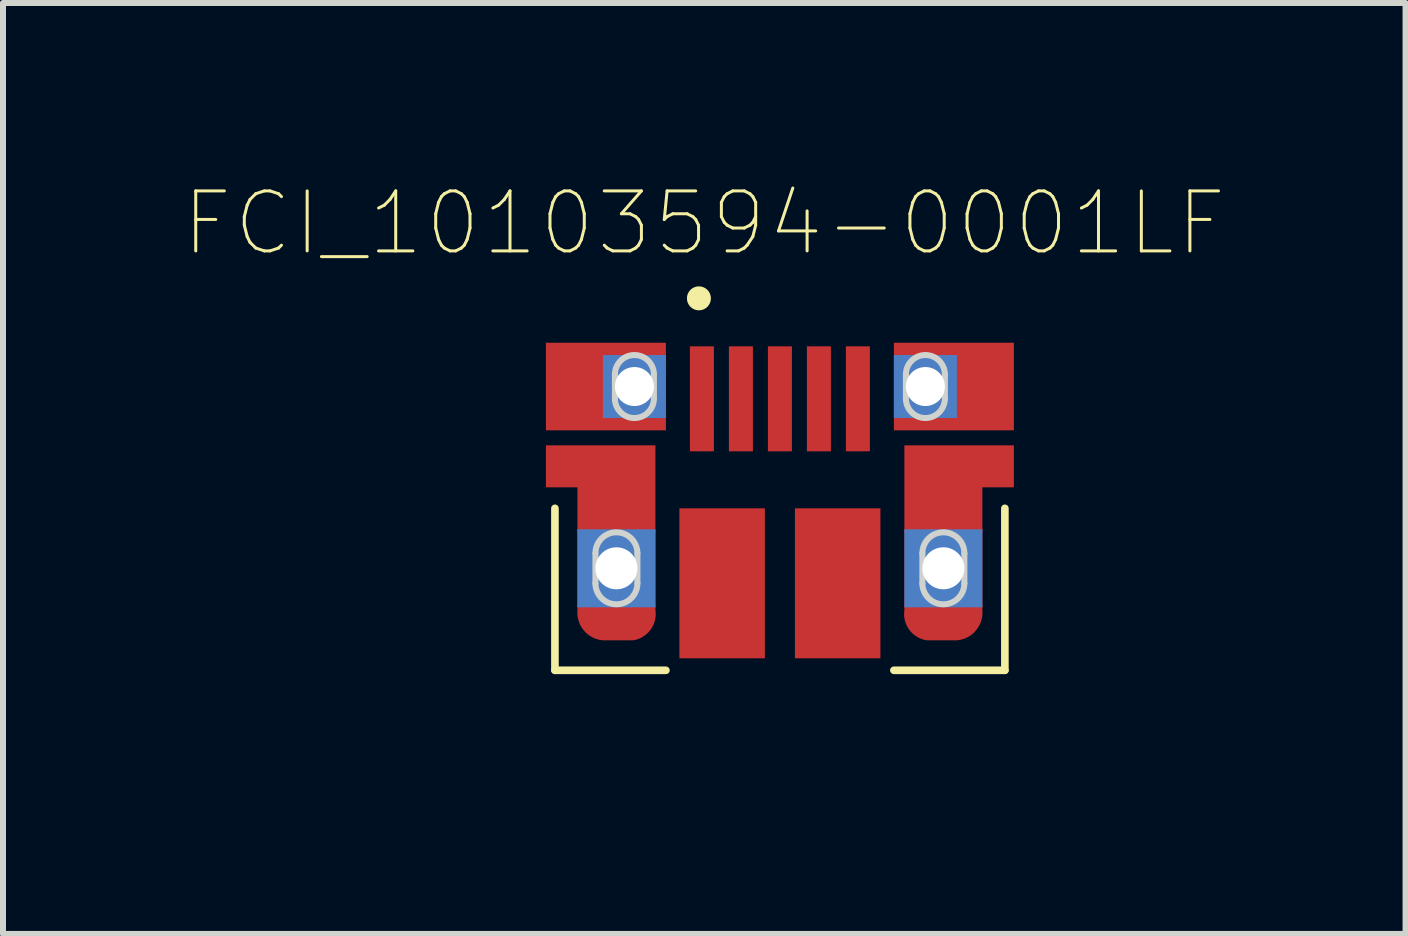
<source format=kicad_pcb>
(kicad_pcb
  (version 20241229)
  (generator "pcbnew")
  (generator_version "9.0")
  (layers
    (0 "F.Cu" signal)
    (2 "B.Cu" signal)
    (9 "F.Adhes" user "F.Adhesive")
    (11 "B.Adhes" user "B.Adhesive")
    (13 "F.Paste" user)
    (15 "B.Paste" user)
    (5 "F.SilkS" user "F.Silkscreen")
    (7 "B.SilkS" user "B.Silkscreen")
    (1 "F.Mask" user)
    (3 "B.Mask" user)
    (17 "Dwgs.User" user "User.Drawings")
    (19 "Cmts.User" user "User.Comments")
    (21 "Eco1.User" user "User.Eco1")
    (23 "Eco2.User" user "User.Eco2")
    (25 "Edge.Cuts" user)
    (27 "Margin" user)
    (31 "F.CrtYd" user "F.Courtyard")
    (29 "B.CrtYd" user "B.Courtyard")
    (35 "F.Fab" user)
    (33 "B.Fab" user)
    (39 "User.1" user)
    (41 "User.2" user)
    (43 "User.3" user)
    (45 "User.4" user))
  (footprint "FCI_10103594-0001LF"
    (layer "F.Cu")
    (at 9.95 6.423)
    (property "Reference" "FCI_10103594-0001LF" (at -1.261 -5.751 0) (layer "F.SilkS") (effects (font (size 1 1) (thickness 0.05))))
    (attr smd)
    (fp_poly (pts (xy -3.9 -2.05) (xy -3.9 -1.35) (xy -3.375 -1.35) (xy -3.375 -0.6) (xy -2.075 -0.6) (xy -2.075 -2.05)) (stroke (width 0.0001) (type solid)) (fill yes) (layer "F.Cu"))
    (fp_poly (pts (xy 3.9 -2.05) (xy 3.9 -1.35) (xy 3.375 -1.35) (xy 3.375 -0.6) (xy 2.075 -0.6) (xy 2.075 -2.05)) (stroke (width 0.0001) (type solid)) (fill yes) (layer "F.Cu"))
    (fp_poly (pts (xy -1.9 -3.555) (xy -1.9 -3.76) (xy -3.9 -3.76) (xy -3.9 -2.3) (xy -1.9 -2.3) (xy -1.9 -2.505) (xy -2.9 -2.505) (xy -2.9 -3.555)) (stroke (width 0.0001) (type solid)) (fill yes) (layer "F.Cu"))
    (fp_poly (pts (xy 1.9 -3.555) (xy 1.9 -3.76) (xy 3.9 -3.76) (xy 3.9 -2.3) (xy 1.9 -2.3) (xy 1.9 -2.505) (xy 2.9 -2.505) (xy 2.9 -3.555)) (stroke (width 0.0001) (type solid)) (fill yes) (layer "F.Cu"))
    (fp_poly (pts (xy -3.375 0.7) (xy -3.375 0.6) (xy -2.075 0.6) (xy -2.075 0.7) (xy -2.073 0.712) (xy -2.071 0.736) (xy -2.07 0.759) (xy -2.071 0.782) (xy -2.072 0.805) (xy -2.075 0.828) (xy -2.079 0.851) (xy -2.084 0.873) (xy -2.091 0.895) (xy -2.098 0.917) (xy -2.107 0.939) (xy -2.117 0.96) (xy -2.128 0.98) (xy -2.14 1) (xy -2.153 1.019) (xy -2.167 1.038) (xy -2.181 1.055) (xy -2.197 1.072) (xy -2.214 1.088) (xy -2.231 1.104) (xy -2.25 1.118) (xy -2.268 1.131) (xy -2.288 1.143) (xy -2.308 1.155) (xy -2.329 1.165) (xy -2.35 1.174) (xy -2.372 1.182) (xy -2.394 1.189) (xy -2.417 1.194) (xy -2.44 1.199) (xy -2.45 1.2) (xy -2.95 1.2) (xy -2.965 1.199) (xy -2.989 1.195) (xy -3.013 1.191) (xy -3.037 1.185) (xy -3.06 1.178) (xy -3.083 1.169) (xy -3.105 1.16) (xy -3.127 1.149) (xy -3.148 1.137) (xy -3.169 1.125) (xy -3.189 1.111) (xy -3.208 1.096) (xy -3.226 1.08) (xy -3.244 1.063) (xy -3.26 1.045) (xy -3.276 1.026) (xy -3.29 1.007) (xy -3.304 0.987) (xy -3.317 0.966) (xy -3.328 0.945) (xy -3.338 0.923) (xy -3.347 0.9) (xy -3.355 0.877) (xy -3.362 0.854) (xy -3.367 0.83) (xy -3.372 0.806) (xy -3.375 0.782) (xy -3.376 0.758) (xy -3.377 0.733) (xy -3.376 0.709)) (stroke (width 0.0001) (type solid)) (fill yes) (layer "F.Cu"))
    (fp_poly (pts (xy 3.375 0.7) (xy 3.375 0.6) (xy 2.075 0.6) (xy 2.075 0.7) (xy 2.073 0.712) (xy 2.071 0.736) (xy 2.07 0.759) (xy 2.071 0.782) (xy 2.072 0.805) (xy 2.075 0.828) (xy 2.079 0.851) (xy 2.084 0.873) (xy 2.091 0.895) (xy 2.098 0.917) (xy 2.107 0.939) (xy 2.117 0.96) (xy 2.128 0.98) (xy 2.14 1) (xy 2.153 1.019) (xy 2.167 1.038) (xy 2.181 1.055) (xy 2.197 1.072) (xy 2.214 1.088) (xy 2.231 1.104) (xy 2.25 1.118) (xy 2.268 1.131) (xy 2.288 1.143) (xy 2.308 1.155) (xy 2.329 1.165) (xy 2.35 1.174) (xy 2.372 1.182) (xy 2.394 1.189) (xy 2.417 1.194) (xy 2.44 1.199) (xy 2.45 1.2) (xy 2.95 1.2) (xy 2.965 1.199) (xy 2.989 1.195) (xy 3.013 1.191) (xy 3.037 1.185) (xy 3.06 1.178) (xy 3.083 1.169) (xy 3.105 1.16) (xy 3.127 1.149) (xy 3.148 1.137) (xy 3.169 1.125) (xy 3.189 1.111) (xy 3.208 1.096) (xy 3.226 1.08) (xy 3.244 1.063) (xy 3.26 1.045) (xy 3.276 1.026) (xy 3.29 1.007) (xy 3.304 0.987) (xy 3.317 0.966) (xy 3.328 0.945) (xy 3.338 0.923) (xy 3.347 0.9) (xy 3.355 0.877) (xy 3.362 0.854) (xy 3.367 0.83) (xy 3.372 0.806) (xy 3.375 0.782) (xy 3.376 0.758) (xy 3.377 0.733) (xy 3.376 0.709)) (stroke (width 0.0001) (type solid)) (fill yes) (layer "F.Cu"))
    (fp_poly (pts (xy -4 -3.86) (xy -1.8 -3.86) (xy -1.8 -2.2) (xy -4 -2.2)) (stroke (width 0) (type solid)) (fill yes) (layer "F.Mask"))
    (fp_poly (pts (xy 1.8 -3.86) (xy 4 -3.86) (xy 4 -2.2) (xy 1.8 -2.2)) (stroke (width 0) (type solid)) (fill yes) (layer "F.Mask"))
    (fp_poly (pts (xy -4 -2.15) (xy -1.95 -2.15) (xy -1.95 0.7) (xy -1.949 0.716) (xy -1.948 0.745) (xy -1.948 0.774) (xy -1.95 0.803) (xy -1.954 0.832) (xy -1.959 0.86) (xy -1.965 0.888) (xy -1.973 0.916) (xy -1.983 0.943) (xy -1.993 0.97) (xy -2.006 0.997) (xy -2.019 1.022) (xy -2.034 1.047) (xy -2.05 1.071) (xy -2.068 1.094) (xy -2.086 1.116) (xy -2.106 1.137) (xy -2.127 1.157) (xy -2.149 1.176) (xy -2.171 1.194) (xy -2.195 1.211) (xy -2.22 1.226) (xy -2.245 1.24) (xy -2.271 1.253) (xy -2.298 1.264) (xy -2.325 1.274) (xy -2.352 1.282) (xy -2.38 1.289) (xy -2.409 1.295) (xy -2.437 1.299) (xy -2.45 1.3) (xy -2.95 1.3) (xy -2.967 1.299) (xy -2.996 1.295) (xy -3.025 1.29) (xy -3.054 1.283) (xy -3.082 1.275) (xy -3.11 1.266) (xy -3.137 1.255) (xy -3.164 1.242) (xy -3.19 1.228) (xy -3.216 1.213) (xy -3.24 1.197) (xy -3.264 1.179) (xy -3.286 1.16) (xy -3.308 1.14) (xy -3.328 1.119) (xy -3.348 1.096) (xy -3.366 1.073) (xy -3.383 1.049) (xy -3.398 1.024) (xy -3.413 0.998) (xy -3.426 0.971) (xy -3.437 0.944) (xy -3.447 0.916) (xy -3.456 0.888) (xy -3.463 0.86) (xy -3.469 0.831) (xy -3.473 0.801) (xy -3.475 0.772) (xy -3.476 0.742) (xy -3.476 0.713) (xy -3.475 0.7) (xy -3.475 -1.25) (xy -4 -1.25)) (stroke (width 0.0001) (type solid)) (fill yes) (layer "F.Mask"))
    (fp_poly (pts (xy 4 -2.15) (xy 1.95 -2.15) (xy 1.95 0.7) (xy 1.949 0.716) (xy 1.948 0.745) (xy 1.948 0.774) (xy 1.95 0.803) (xy 1.954 0.832) (xy 1.959 0.86) (xy 1.965 0.888) (xy 1.973 0.916) (xy 1.983 0.943) (xy 1.993 0.97) (xy 2.006 0.997) (xy 2.019 1.022) (xy 2.034 1.047) (xy 2.05 1.071) (xy 2.068 1.094) (xy 2.086 1.116) (xy 2.106 1.137) (xy 2.127 1.157) (xy 2.149 1.176) (xy 2.171 1.194) (xy 2.195 1.211) (xy 2.22 1.226) (xy 2.245 1.24) (xy 2.271 1.253) (xy 2.298 1.264) (xy 2.325 1.274) (xy 2.352 1.282) (xy 2.38 1.289) (xy 2.409 1.295) (xy 2.437 1.299) (xy 2.45 1.3) (xy 2.95 1.3) (xy 2.967 1.299) (xy 2.996 1.295) (xy 3.025 1.29) (xy 3.054 1.283) (xy 3.082 1.275) (xy 3.11 1.266) (xy 3.137 1.255) (xy 3.164 1.242) (xy 3.19 1.228) (xy 3.216 1.213) (xy 3.24 1.197) (xy 3.264 1.179) (xy 3.286 1.16) (xy 3.308 1.14) (xy 3.328 1.119) (xy 3.348 1.096) (xy 3.366 1.073) (xy 3.383 1.049) (xy 3.398 1.024) (xy 3.413 0.998) (xy 3.426 0.971) (xy 3.437 0.944) (xy 3.447 0.916) (xy 3.456 0.888) (xy 3.463 0.86) (xy 3.469 0.831) (xy 3.473 0.801) (xy 3.475 0.772) (xy 3.476 0.742) (xy 3.476 0.713) (xy 3.475 0.7) (xy 3.475 -1.25) (xy 4 -1.25)) (stroke (width 0.0001) (type solid)) (fill yes) (layer "F.Mask"))
    (fp_line (start -3.75 -1) (end -3.75 1.7) (stroke (width 0.127) (type solid)) (layer "F.SilkS"))
    (fp_line (start -3.75 1.7) (end -1.9 1.7) (stroke (width 0.127) (type solid)) (layer "F.SilkS"))
    (fp_line (start 3.75 -1) (end 3.75 1.7) (stroke (width 0.127) (type solid)) (layer "F.SilkS"))
    (fp_line (start 3.75 1.7) (end 1.9 1.7) (stroke (width 0.127) (type solid)) (layer "F.SilkS"))
    (fp_circle (center -1.35 -4.5) (end -1.25 -4.5) (stroke (width 0.2) (type solid)) (fill no) (layer "F.SilkS"))
    (fp_poly (pts (xy -3.9 -3.76) (xy -1.9 -3.76) (xy -1.9 -3.04) (xy -2.1 -3.04) (xy -2.1 -3.23) (xy -2.1 -3.239) (xy -2.101 -3.256) (xy -2.103 -3.272) (xy -2.105 -3.289) (xy -2.109 -3.306) (xy -2.113 -3.322) (xy -2.119 -3.339) (xy -2.125 -3.354) (xy -2.132 -3.37) (xy -2.139 -3.385) (xy -2.148 -3.4) (xy -2.157 -3.414) (xy -2.167 -3.428) (xy -2.178 -3.441) (xy -2.189 -3.454) (xy -2.201 -3.466) (xy -2.214 -3.477) (xy -2.227 -3.488) (xy -2.241 -3.498) (xy -2.255 -3.507) (xy -2.27 -3.516) (xy -2.285 -3.523) (xy -2.301 -3.53) (xy -2.316 -3.536) (xy -2.333 -3.542) (xy -2.349 -3.546) (xy -2.366 -3.55) (xy -2.383 -3.552) (xy -2.399 -3.554) (xy -2.416 -3.555) (xy -2.425 -3.555) (xy -2.434 -3.555) (xy -2.451 -3.554) (xy -2.467 -3.552) (xy -2.484 -3.55) (xy -2.501 -3.546) (xy -2.517 -3.542) (xy -2.534 -3.536) (xy -2.549 -3.53) (xy -2.565 -3.523) (xy -2.58 -3.516) (xy -2.595 -3.507) (xy -2.609 -3.498) (xy -2.623 -3.488) (xy -2.636 -3.477) (xy -2.649 -3.466) (xy -2.661 -3.454) (xy -2.672 -3.441) (xy -2.683 -3.428) (xy -2.693 -3.414) (xy -2.702 -3.4) (xy -2.711 -3.385) (xy -2.718 -3.37) (xy -2.725 -3.354) (xy -2.731 -3.339) (xy -2.737 -3.322) (xy -2.741 -3.306) (xy -2.745 -3.289) (xy -2.747 -3.272) (xy -2.749 -3.256) (xy -2.75 -3.239) (xy -2.75 -3.23) (xy -2.75 -3.04) (xy -3.9 -3.04)) (stroke (width 0.0001) (type solid)) (fill yes) (layer "F.Paste"))
    (fp_poly (pts (xy -3.9 -2.3) (xy -1.9 -2.3) (xy -1.9 -3.04) (xy -2.1 -3.04) (xy -2.1 -2.83) (xy -2.1 -2.821) (xy -2.101 -2.804) (xy -2.103 -2.788) (xy -2.105 -2.771) (xy -2.109 -2.754) (xy -2.113 -2.738) (xy -2.119 -2.721) (xy -2.125 -2.706) (xy -2.132 -2.69) (xy -2.139 -2.675) (xy -2.148 -2.66) (xy -2.157 -2.646) (xy -2.167 -2.632) (xy -2.178 -2.619) (xy -2.189 -2.606) (xy -2.201 -2.594) (xy -2.214 -2.583) (xy -2.227 -2.572) (xy -2.241 -2.562) (xy -2.255 -2.553) (xy -2.27 -2.544) (xy -2.285 -2.537) (xy -2.301 -2.53) (xy -2.316 -2.524) (xy -2.333 -2.518) (xy -2.349 -2.514) (xy -2.366 -2.51) (xy -2.383 -2.508) (xy -2.399 -2.506) (xy -2.416 -2.505) (xy -2.425 -2.505) (xy -2.434 -2.505) (xy -2.451 -2.506) (xy -2.467 -2.508) (xy -2.484 -2.51) (xy -2.501 -2.514) (xy -2.517 -2.518) (xy -2.534 -2.524) (xy -2.549 -2.53) (xy -2.565 -2.537) (xy -2.58 -2.544) (xy -2.595 -2.553) (xy -2.609 -2.562) (xy -2.623 -2.572) (xy -2.636 -2.583) (xy -2.649 -2.594) (xy -2.661 -2.606) (xy -2.672 -2.619) (xy -2.683 -2.632) (xy -2.693 -2.646) (xy -2.702 -2.66) (xy -2.711 -2.675) (xy -2.718 -2.69) (xy -2.725 -2.706) (xy -2.731 -2.721) (xy -2.737 -2.738) (xy -2.741 -2.754) (xy -2.745 -2.771) (xy -2.747 -2.788) (xy -2.749 -2.804) (xy -2.75 -2.821) (xy -2.75 -2.83) (xy -2.75 -3.04) (xy -3.9 -3.04)) (stroke (width 0.0001) (type solid)) (fill yes) (layer "F.Paste"))
    (fp_poly (pts (xy 3.9 -3.76) (xy 1.9 -3.76) (xy 1.9 -3.02) (xy 2.1 -3.02) (xy 2.1 -3.23) (xy 2.1 -3.239) (xy 2.101 -3.256) (xy 2.103 -3.272) (xy 2.105 -3.289) (xy 2.109 -3.306) (xy 2.113 -3.322) (xy 2.119 -3.339) (xy 2.125 -3.354) (xy 2.132 -3.37) (xy 2.139 -3.385) (xy 2.148 -3.4) (xy 2.157 -3.414) (xy 2.167 -3.428) (xy 2.178 -3.441) (xy 2.189 -3.454) (xy 2.201 -3.466) (xy 2.214 -3.477) (xy 2.227 -3.488) (xy 2.241 -3.498) (xy 2.255 -3.507) (xy 2.27 -3.516) (xy 2.285 -3.523) (xy 2.301 -3.53) (xy 2.316 -3.536) (xy 2.333 -3.542) (xy 2.349 -3.546) (xy 2.366 -3.55) (xy 2.383 -3.552) (xy 2.399 -3.554) (xy 2.416 -3.555) (xy 2.425 -3.555) (xy 2.434 -3.555) (xy 2.451 -3.554) (xy 2.467 -3.552) (xy 2.484 -3.55) (xy 2.501 -3.546) (xy 2.517 -3.542) (xy 2.534 -3.536) (xy 2.549 -3.53) (xy 2.565 -3.523) (xy 2.58 -3.516) (xy 2.595 -3.507) (xy 2.609 -3.498) (xy 2.623 -3.488) (xy 2.636 -3.477) (xy 2.649 -3.466) (xy 2.661 -3.454) (xy 2.672 -3.441) (xy 2.683 -3.428) (xy 2.693 -3.414) (xy 2.702 -3.4) (xy 2.711 -3.385) (xy 2.718 -3.37) (xy 2.725 -3.354) (xy 2.731 -3.339) (xy 2.737 -3.322) (xy 2.741 -3.306) (xy 2.745 -3.289) (xy 2.747 -3.272) (xy 2.749 -3.256) (xy 2.75 -3.239) (xy 2.75 -3.23) (xy 2.75 -3.02) (xy 3.9 -3.02)) (stroke (width 0.0001) (type solid)) (fill yes) (layer "F.Paste"))
    (fp_poly (pts (xy 3.9 -2.3) (xy 1.9 -2.3) (xy 1.9 -3.02) (xy 2.1 -3.02) (xy 2.1 -2.83) (xy 2.1 -2.821) (xy 2.101 -2.804) (xy 2.103 -2.788) (xy 2.105 -2.771) (xy 2.109 -2.754) (xy 2.113 -2.738) (xy 2.119 -2.721) (xy 2.125 -2.706) (xy 2.132 -2.69) (xy 2.139 -2.675) (xy 2.148 -2.66) (xy 2.157 -2.646) (xy 2.167 -2.632) (xy 2.178 -2.619) (xy 2.189 -2.606) (xy 2.201 -2.594) (xy 2.214 -2.583) (xy 2.227 -2.572) (xy 2.241 -2.562) (xy 2.255 -2.553) (xy 2.27 -2.544) (xy 2.285 -2.537) (xy 2.301 -2.53) (xy 2.316 -2.524) (xy 2.333 -2.518) (xy 2.349 -2.514) (xy 2.366 -2.51) (xy 2.383 -2.508) (xy 2.399 -2.506) (xy 2.416 -2.505) (xy 2.425 -2.505) (xy 2.434 -2.505) (xy 2.451 -2.506) (xy 2.467 -2.508) (xy 2.484 -2.51) (xy 2.501 -2.514) (xy 2.517 -2.518) (xy 2.534 -2.524) (xy 2.549 -2.53) (xy 2.565 -2.537) (xy 2.58 -2.544) (xy 2.595 -2.553) (xy 2.609 -2.562) (xy 2.623 -2.572) (xy 2.636 -2.583) (xy 2.649 -2.594) (xy 2.661 -2.606) (xy 2.672 -2.619) (xy 2.683 -2.632) (xy 2.693 -2.646) (xy 2.702 -2.66) (xy 2.711 -2.675) (xy 2.718 -2.69) (xy 2.725 -2.706) (xy 2.731 -2.721) (xy 2.737 -2.738) (xy 2.741 -2.754) (xy 2.745 -2.771) (xy 2.747 -2.788) (xy 2.749 -2.804) (xy 2.75 -2.821) (xy 2.75 -2.83) (xy 2.75 -3.02) (xy 3.9 -3.02)) (stroke (width 0.0001) (type solid)) (fill yes) (layer "F.Paste"))
    (fp_poly (pts (xy -3.9 -2.05) (xy -2.075 -2.05) (xy -2.075 0) (xy -2.375 0) (xy -2.375 -0.25) (xy -2.375 -0.259) (xy -2.376 -0.277) (xy -2.378 -0.296) (xy -2.381 -0.314) (xy -2.385 -0.332) (xy -2.389 -0.349) (xy -2.395 -0.367) (xy -2.402 -0.384) (xy -2.409 -0.401) (xy -2.417 -0.417) (xy -2.426 -0.433) (xy -2.436 -0.448) (xy -2.447 -0.463) (xy -2.459 -0.477) (xy -2.471 -0.491) (xy -2.484 -0.504) (xy -2.498 -0.516) (xy -2.512 -0.528) (xy -2.527 -0.539) (xy -2.542 -0.549) (xy -2.558 -0.558) (xy -2.574 -0.566) (xy -2.591 -0.573) (xy -2.608 -0.58) (xy -2.626 -0.586) (xy -2.643 -0.59) (xy -2.661 -0.594) (xy -2.679 -0.597) (xy -2.698 -0.599) (xy -2.716 -0.6) (xy -2.725 -0.6) (xy -2.734 -0.6) (xy -2.752 -0.599) (xy -2.771 -0.597) (xy -2.789 -0.594) (xy -2.807 -0.59) (xy -2.824 -0.586) (xy -2.842 -0.58) (xy -2.859 -0.573) (xy -2.876 -0.566) (xy -2.892 -0.558) (xy -2.908 -0.549) (xy -2.923 -0.539) (xy -2.938 -0.528) (xy -2.952 -0.516) (xy -2.966 -0.504) (xy -2.979 -0.491) (xy -2.991 -0.477) (xy -3.003 -0.463) (xy -3.014 -0.448) (xy -3.024 -0.433) (xy -3.033 -0.417) (xy -3.041 -0.401) (xy -3.048 -0.384) (xy -3.055 -0.367) (xy -3.061 -0.349) (xy -3.065 -0.332) (xy -3.069 -0.314) (xy -3.072 -0.296) (xy -3.074 -0.277) (xy -3.075 -0.259) (xy -3.075 -0.25) (xy -3.075 0) (xy -3.375 0) (xy -3.375 -1.35) (xy -3.9 -1.35)) (stroke (width 0.0001) (type solid)) (fill yes) (layer "F.Paste"))
    (fp_poly (pts (xy 3.9 -2.05) (xy 2.075 -2.05) (xy 2.075 0) (xy 2.375 0) (xy 2.375 -0.25) (xy 2.375 -0.259) (xy 2.376 -0.277) (xy 2.378 -0.296) (xy 2.381 -0.314) (xy 2.385 -0.332) (xy 2.389 -0.349) (xy 2.395 -0.367) (xy 2.402 -0.384) (xy 2.409 -0.401) (xy 2.417 -0.417) (xy 2.426 -0.433) (xy 2.436 -0.448) (xy 2.447 -0.463) (xy 2.459 -0.477) (xy 2.471 -0.491) (xy 2.484 -0.504) (xy 2.498 -0.516) (xy 2.512 -0.528) (xy 2.527 -0.539) (xy 2.542 -0.549) (xy 2.558 -0.558) (xy 2.574 -0.566) (xy 2.591 -0.573) (xy 2.608 -0.58) (xy 2.626 -0.586) (xy 2.643 -0.59) (xy 2.661 -0.594) (xy 2.679 -0.597) (xy 2.698 -0.599) (xy 2.716 -0.6) (xy 2.725 -0.6) (xy 2.734 -0.6) (xy 2.752 -0.599) (xy 2.771 -0.597) (xy 2.789 -0.594) (xy 2.807 -0.59) (xy 2.824 -0.586) (xy 2.842 -0.58) (xy 2.859 -0.573) (xy 2.876 -0.566) (xy 2.892 -0.558) (xy 2.908 -0.549) (xy 2.923 -0.539) (xy 2.938 -0.528) (xy 2.952 -0.516) (xy 2.966 -0.504) (xy 2.979 -0.491) (xy 2.991 -0.477) (xy 3.003 -0.463) (xy 3.014 -0.448) (xy 3.024 -0.433) (xy 3.033 -0.417) (xy 3.041 -0.401) (xy 3.048 -0.384) (xy 3.055 -0.367) (xy 3.061 -0.349) (xy 3.065 -0.332) (xy 3.069 -0.314) (xy 3.072 -0.296) (xy 3.074 -0.277) (xy 3.075 -0.259) (xy 3.075 -0.25) (xy 3.075 0) (xy 3.375 0) (xy 3.375 -1.35) (xy 3.9 -1.35)) (stroke (width 0.0001) (type solid)) (fill yes) (layer "F.Paste"))
    (fp_poly (pts (xy 2.075 0) (xy 2.375 0) (xy 2.375 0.255) (xy 2.375 0.264) (xy 2.376 0.282) (xy 2.378 0.301) (xy 2.381 0.319) (xy 2.385 0.337) (xy 2.389 0.354) (xy 2.395 0.372) (xy 2.402 0.389) (xy 2.409 0.406) (xy 2.417 0.422) (xy 2.426 0.438) (xy 2.436 0.453) (xy 2.447 0.468) (xy 2.459 0.482) (xy 2.471 0.496) (xy 2.484 0.509) (xy 2.498 0.521) (xy 2.512 0.533) (xy 2.527 0.544) (xy 2.542 0.554) (xy 2.558 0.563) (xy 2.574 0.571) (xy 2.591 0.578) (xy 2.608 0.585) (xy 2.626 0.591) (xy 2.643 0.595) (xy 2.661 0.599) (xy 2.679 0.602) (xy 2.698 0.604) (xy 2.716 0.605) (xy 2.725 0.605) (xy 2.734 0.605) (xy 2.752 0.604) (xy 2.771 0.602) (xy 2.789 0.599) (xy 2.807 0.595) (xy 2.824 0.591) (xy 2.842 0.585) (xy 2.859 0.578) (xy 2.876 0.571) (xy 2.892 0.563) (xy 2.908 0.554) (xy 2.923 0.544) (xy 2.938 0.533) (xy 2.952 0.521) (xy 2.966 0.509) (xy 2.979 0.496) (xy 2.991 0.482) (xy 3.003 0.468) (xy 3.014 0.453) (xy 3.024 0.438) (xy 3.033 0.422) (xy 3.041 0.406) (xy 3.048 0.389) (xy 3.055 0.372) (xy 3.061 0.354) (xy 3.065 0.337) (xy 3.069 0.319) (xy 3.072 0.301) (xy 3.074 0.282) (xy 3.075 0.264) (xy 3.075 0.255) (xy 3.075 0) (xy 3.375 0) (xy 3.375 0.765) (xy 3.375 0.774) (xy 3.374 0.797) (xy 3.371 0.82) (xy 3.368 0.842) (xy 3.363 0.865) (xy 3.357 0.887) (xy 3.35 0.909) (xy 3.342 0.93) (xy 3.333 0.951) (xy 3.322 0.971) (xy 3.311 0.991) (xy 3.298 1.01) (xy 3.285 1.029) (xy 3.27 1.047) (xy 3.255 1.064) (xy 3.239 1.08) (xy 3.222 1.095) (xy 3.204 1.11) (xy 3.185 1.123) (xy 3.166 1.136) (xy 3.146 1.147) (xy 3.126 1.158) (xy 3.105 1.167) (xy 3.084 1.175) (xy 3.062 1.182) (xy 3.04 1.188) (xy 3.017 1.193) (xy 2.995 1.196) (xy 2.972 1.199) (xy 2.949 1.2) (xy 2.935 1.2) (xy 2.45 1.2) (xy 2.436 1.198) (xy 2.414 1.195) (xy 2.393 1.191) (xy 2.372 1.185) (xy 2.351 1.178) (xy 2.33 1.17) (xy 2.31 1.161) (xy 2.291 1.152) (xy 2.272 1.141) (xy 2.254 1.129) (xy 2.236 1.116) (xy 2.219 1.102) (xy 2.203 1.088) (xy 2.187 1.072) (xy 2.173 1.056) (xy 2.159 1.039) (xy 2.146 1.021) (xy 2.134 1.003) (xy 2.123 0.984) (xy 2.114 0.965) (xy 2.105 0.945) (xy 2.097 0.924) (xy 2.09 0.903) (xy 2.084 0.882) (xy 2.08 0.861) (xy 2.076 0.839) (xy 2.074 0.818) (xy 2.073 0.796) (xy 2.073 0.774) (xy 2.074 0.752) (xy 2.075 0.745)) (stroke (width 0.0001) (type solid)) (fill yes) (layer "F.Paste"))
    (fp_poly (pts (xy -3.375 0) (xy -3.075 0) (xy -3.075 0.25) (xy -3.075 0.259) (xy -3.074 0.277) (xy -3.072 0.296) (xy -3.069 0.314) (xy -3.065 0.332) (xy -3.061 0.349) (xy -3.055 0.367) (xy -3.048 0.384) (xy -3.041 0.401) (xy -3.033 0.417) (xy -3.024 0.433) (xy -3.014 0.448) (xy -3.003 0.463) (xy -2.991 0.477) (xy -2.979 0.491) (xy -2.966 0.504) (xy -2.952 0.516) (xy -2.938 0.528) (xy -2.923 0.539) (xy -2.908 0.549) (xy -2.892 0.558) (xy -2.876 0.566) (xy -2.859 0.573) (xy -2.842 0.58) (xy -2.824 0.586) (xy -2.807 0.59) (xy -2.789 0.594) (xy -2.771 0.597) (xy -2.752 0.599) (xy -2.734 0.6) (xy -2.725 0.6) (xy -2.716 0.6) (xy -2.698 0.599) (xy -2.679 0.597) (xy -2.661 0.594) (xy -2.643 0.59) (xy -2.626 0.586) (xy -2.608 0.58) (xy -2.591 0.573) (xy -2.574 0.566) (xy -2.558 0.558) (xy -2.542 0.549) (xy -2.527 0.539) (xy -2.512 0.528) (xy -2.498 0.516) (xy -2.484 0.504) (xy -2.471 0.491) (xy -2.459 0.477) (xy -2.447 0.463) (xy -2.436 0.448) (xy -2.426 0.433) (xy -2.417 0.417) (xy -2.409 0.401) (xy -2.402 0.384) (xy -2.395 0.367) (xy -2.389 0.349) (xy -2.385 0.332) (xy -2.381 0.314) (xy -2.378 0.296) (xy -2.376 0.277) (xy -2.375 0.259) (xy -2.375 0.25) (xy -2.375 0) (xy -2.075 0) (xy -2.075 0.76) (xy -2.075 0.772) (xy -2.076 0.795) (xy -2.079 0.817) (xy -2.082 0.84) (xy -2.087 0.863) (xy -2.093 0.885) (xy -2.1 0.907) (xy -2.108 0.928) (xy -2.118 0.949) (xy -2.128 0.97) (xy -2.14 0.99) (xy -2.152 1.009) (xy -2.166 1.028) (xy -2.18 1.046) (xy -2.196 1.063) (xy -2.212 1.079) (xy -2.229 1.095) (xy -2.247 1.109) (xy -2.266 1.123) (xy -2.285 1.135) (xy -2.305 1.147) (xy -2.326 1.157) (xy -2.347 1.167) (xy -2.368 1.175) (xy -2.39 1.182) (xy -2.412 1.188) (xy -2.435 1.193) (xy -2.458 1.196) (xy -2.48 1.199) (xy -2.503 1.2) (xy -2.515 1.2) (xy -2.52 1.2) (xy -2.91 1.2) (xy -2.915 1.2) (xy -2.927 1.2) (xy -2.951 1.199) (xy -2.975 1.196) (xy -2.999 1.192) (xy -3.022 1.187) (xy -3.046 1.181) (xy -3.069 1.174) (xy -3.091 1.165) (xy -3.113 1.155) (xy -3.135 1.144) (xy -3.155 1.132) (xy -3.176 1.119) (xy -3.195 1.105) (xy -3.214 1.09) (xy -3.232 1.074) (xy -3.249 1.057) (xy -3.265 1.039) (xy -3.28 1.02) (xy -3.294 1.001) (xy -3.307 0.98) (xy -3.319 0.96) (xy -3.33 0.938) (xy -3.34 0.916) (xy -3.349 0.894) (xy -3.356 0.871) (xy -3.362 0.847) (xy -3.367 0.824) (xy -3.371 0.8) (xy -3.374 0.776) (xy -3.375 0.752) (xy -3.375 0.74)) (stroke (width 0.0001) (type solid)) (fill yes) (layer "F.Paste"))
    (fp_line (start -4.57 3.07) (end -4.15 2.2) (stroke (width 0.05) (type solid)) (layer "Eco1.User"))
    (fp_line (start -4.57 3.07) (end 4.52 3.07) (stroke (width 0.05) (type solid)) (layer "Eco1.User"))
    (fp_line (start -4.15 -4.01) (end 4.15 -4.01) (stroke (width 0.05) (type solid)) (layer "Eco1.User"))
    (fp_line (start -4.15 2.2) (end -4.15 -4.01) (stroke (width 0.05) (type solid)) (layer "Eco1.User"))
    (fp_line (start 4.15 -4.01) (end 4.15 2.2) (stroke (width 0.05) (type solid)) (layer "Eco1.User"))
    (fp_line (start 4.52 3.07) (end 4.15 2.2) (stroke (width 0.05) (type solid)) (layer "Eco1.User"))
    (fp_line (start -4.02 2.82) (end -3.75 2.2) (stroke (width 0.127) (type solid)) (layer "Eco2.User"))
    (fp_line (start -4.02 2.82) (end 4.02 2.82) (stroke (width 0.127) (type solid)) (layer "Eco2.User"))
    (fp_line (start -3.75 -3.11) (end -3.75 1.7) (stroke (width 0.127) (type solid)) (layer "Eco2.User"))
    (fp_line (start -3.75 -3.11) (end 3.75 -3.11) (stroke (width 0.127) (type solid)) (layer "Eco2.User"))
    (fp_line (start -3.75 1.7) (end -3.75 2.2) (stroke (width 0.127) (type solid)) (layer "Eco2.User"))
    (fp_line (start -3.75 1.7) (end 5 1.7) (stroke (width 0.127) (type solid)) (layer "Eco2.User"))
    (fp_line (start 3.75 -3.11) (end 3.75 2.2) (stroke (width 0.127) (type solid)) (layer "Eco2.User"))
    (fp_line (start 4.02 2.82) (end 3.75 2.2) (stroke (width 0.127) (type solid)) (layer "Eco2.User"))
    (fp_circle (center -1.35 -4.5) (end -1.25 -4.5) (stroke (width 0.2) (type solid)) (fill no) (layer "Eco2.User"))
    (fp_line (start -3.075 -0.25) (end -3.075 0.25) (stroke (width 0.1) (type solid)) (layer "Edge.Cuts"))
    (fp_line (start -2.75 -2.83) (end -2.75 -3.23) (stroke (width 0.1) (type solid)) (layer "Edge.Cuts"))
    (fp_line (start -2.375 0.25) (end -2.375 -0.25) (stroke (width 0.1) (type solid)) (layer "Edge.Cuts"))
    (fp_line (start -2.1 -3.23) (end -2.1 -2.83) (stroke (width 0.1) (type solid)) (layer "Edge.Cuts"))
    (fp_line (start 2.1 -3.23) (end 2.1 -2.83) (stroke (width 0.1) (type solid)) (layer "Edge.Cuts"))
    (fp_line (start 2.375 0.25) (end 2.375 -0.25) (stroke (width 0.1) (type solid)) (layer "Edge.Cuts"))
    (fp_line (start 2.75 -2.83) (end 2.75 -3.23) (stroke (width 0.1) (type solid)) (layer "Edge.Cuts"))
    (fp_line (start 3.075 -0.25) (end 3.075 0.25) (stroke (width 0.1) (type solid)) (layer "Edge.Cuts"))
    (fp_arc (start -3.075 -0.25) (mid -2.725 -0.6) (end -2.375 -0.25) (stroke (width 0.1) (type solid)) (layer "Edge.Cuts"))
    (fp_arc (start -2.75 -3.23) (mid -2.425 -3.555) (end -2.1 -3.23) (stroke (width 0.1) (type solid)) (layer "Edge.Cuts"))
    (fp_arc (start -2.375 0.25) (mid -2.725 0.6) (end -3.075 0.25) (stroke (width 0.1) (type solid)) (layer "Edge.Cuts"))
    (fp_arc (start -2.1 -2.83) (mid -2.425 -2.505) (end -2.75 -2.83) (stroke (width 0.1) (type solid)) (layer "Edge.Cuts"))
    (fp_arc (start 2.1 -3.23) (mid 2.425 -3.555) (end 2.75 -3.23) (stroke (width 0.1) (type solid)) (layer "Edge.Cuts"))
    (fp_arc (start 2.375 -0.25) (mid 2.725 -0.6) (end 3.075 -0.25) (stroke (width 0.1) (type solid)) (layer "Edge.Cuts"))
    (fp_arc (start 2.75 -2.83) (mid 2.425 -2.505) (end 2.1 -2.83) (stroke (width 0.1) (type solid)) (layer "Edge.Cuts"))
    (fp_arc (start 3.075 0.25) (mid 2.725 0.6) (end 2.375 0.25) (stroke (width 0.1) (type solid)) (layer "Edge.Cuts"))
    (fp_text user "PCB~{END}" (at 4.3 1.57 0) (layer "Edge.Cuts") (effects (font (size 1 1) (thickness 0.05))))
    (pad "1" smd rect (at -1.3 -2.825 90) (size 1.75 0.4) (layers "F.Cu" "F.Mask" "F.Paste"))
    (pad "2" smd rect (at -0.65 -2.825 90) (size 1.75 0.4) (layers "F.Cu" "F.Mask" "F.Paste"))
    (pad "3" smd rect (at 0 -2.825 90) (size 1.75 0.4) (layers "F.Cu" "F.Mask" "F.Paste"))
    (pad "4" smd rect (at 0.65 -2.825 90) (size 1.75 0.4) (layers "F.Cu" "F.Mask" "F.Paste"))
    (pad "5" smd rect (at 1.3 -2.825 90) (size 1.75 0.4) (layers "F.Cu" "F.Mask" "F.Paste"))
    (pad "S1" smd rect (at -0.963 0.25 180) (size 1.425 2.5) (layers "F.Cu" "F.Mask" "F.Paste"))
    (pad "S2" smd rect (at 0.963 0.25) (size 1.425 2.5) (layers "F.Cu" "F.Mask" "F.Paste"))
    (pad "S3" thru_hole rect (at -2.425 -3.03) (size 1.05 1.05) (drill 0.65) (layers "*.Cu" "*.Mask"))
    (pad "S4" thru_hole rect (at 2.425 -3.03 180) (size 1.05 1.05) (drill 0.65) (layers "*.Cu" "*.Mask"))
    (pad "S5" thru_hole rect (at -2.725 0 90) (size 1.3 1.3) (drill 0.7) (layers "*.Cu" "*.Mask"))
    (pad "S6" thru_hole rect (at 2.725 0 90) (size 1.3 1.3) (drill 0.7) (layers "*.Cu" "*.Mask")))
  (gr_rect
    (start -3 -3)
    (end 20.379 12.518)
    (stroke (width 0.1) (type default))
    (fill no)
    (layer "Edge.Cuts")))
</source>
